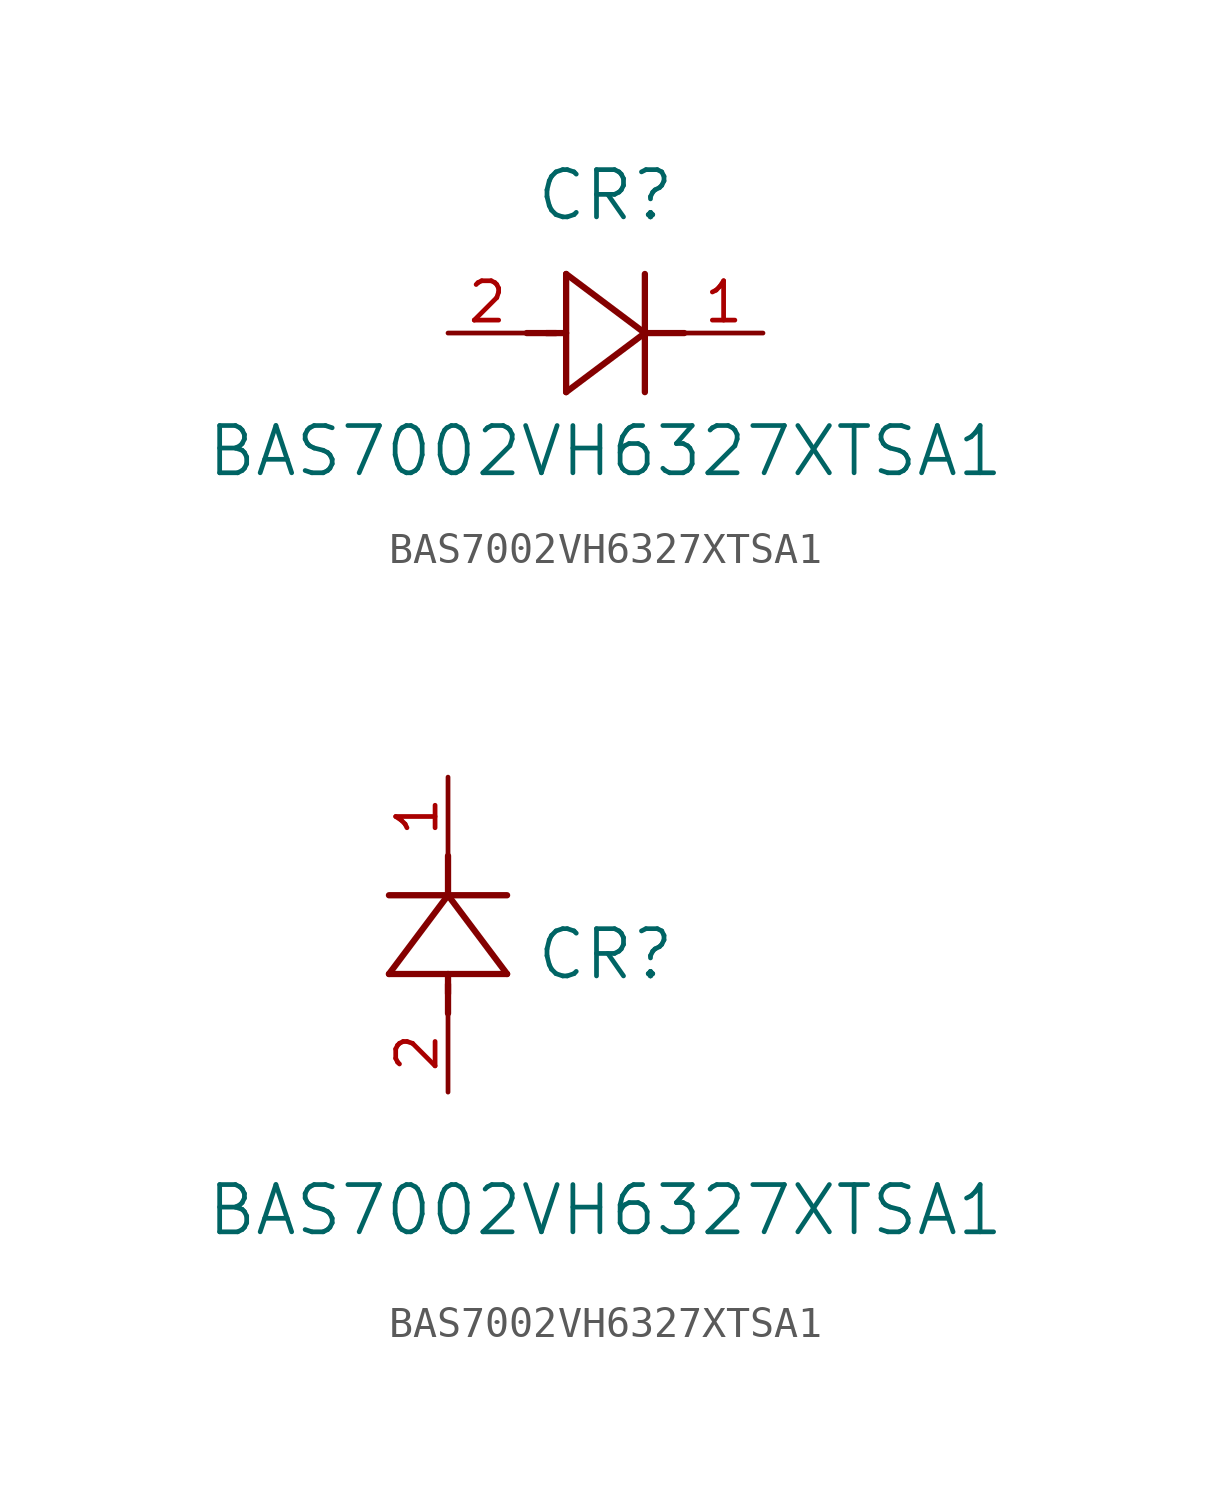
<source format=kicad_sym>
(kicad_symbol_lib
  (version 20211014)
  (generator kicad_symbol_editor)
  (symbol "BAS7002VH6327XTSA1"
    (pin_names
      (offset 0.254))
    (property "Reference" "CR"
      (at 5.08 4.445 0)
      (effects (font (size 1.524 1.524))))
    (property "Value" "BAS7002VH6327XTSA1"
      (at 5.08 -3.81 0)
      (effects (font (size 1.524 1.524))))
    (symbol "BAS7002VH6327XTSA1_1_1"
      (polyline (pts (xy 2.54 0) (xy 3.48 0)) (stroke (width 0.203) (type default) (color 0 0 0 0)) (fill (type none)))
      (polyline (pts (xy 3.81 1.905) (xy 3.81 -1.905)) (stroke (width 0.203) (type default) (color 0 0 0 0)) (fill (type none)))
      (polyline (pts (xy 3.175 0) (xy 3.81 0)) (stroke (width 0.203) (type default) (color 0 0 0 0)) (fill (type none)))
      (polyline (pts (xy 6.35 -1.905) (xy 6.35 1.905)) (stroke (width 0.203) (type default) (color 0 0 0 0)) (fill (type none)))
      (polyline (pts (xy 6.35 0) (xy 7.62 0)) (stroke (width 0.203) (type default) (color 0 0 0 0)) (fill (type none)))
      (polyline (pts (xy 6.35 0) (xy 3.81 1.905)) (stroke (width 0.203) (type default) (color 0 0 0 0)) (fill (type none)))
      (polyline (pts (xy 3.81 -1.905) (xy 6.35 0)) (stroke (width 0.203) (type default) (color 0 0 0 0)) (fill (type none)))
      (pin unspecified line (at 0 0 0) (length 2.54) (name "" (effects (font (size 1.27 1.27)))) (number "2" (effects (font (size 1.27 1.27)))))
      (pin unspecified line (at 10.16 0 180) (length 2.54) (name "" (effects (font (size 1.27 1.27)))) (number "1" (effects (font (size 1.27 1.27))))))
    (symbol "BAS7002VH6327XTSA1_1_2"
      (polyline (pts (xy 0 2.54) (xy 0 3.48)) (stroke (width 0.203) (type default) (color 0 0 0 0)) (fill (type none)))
      (polyline (pts (xy -1.905 3.81) (xy 1.905 3.81)) (stroke (width 0.203) (type default) (color 0 0 0 0)) (fill (type none)))
      (polyline (pts (xy 0 3.175) (xy 0 3.81)) (stroke (width 0.203) (type default) (color 0 0 0 0)) (fill (type none)))
      (polyline (pts (xy 1.905 6.35) (xy -1.905 6.35)) (stroke (width 0.203) (type default) (color 0 0 0 0)) (fill (type none)))
      (polyline (pts (xy 0 6.35) (xy 0 7.62)) (stroke (width 0.203) (type default) (color 0 0 0 0)) (fill (type none)))
      (polyline (pts (xy 0 6.35) (xy -1.905 3.81)) (stroke (width 0.203) (type default) (color 0 0 0 0)) (fill (type none)))
      (polyline (pts (xy 1.905 3.81) (xy 0 6.35)) (stroke (width 0.203) (type default) (color 0 0 0 0)) (fill (type none)))
      (pin unspecified line (at 0 0 90) (length 2.54) (name "" (effects (font (size 1.27 1.27)))) (number "2" (effects (font (size 1.27 1.27)))))
      (pin unspecified line (at 0 10.16 270) (length 2.54) (name "" (effects (font (size 1.27 1.27)))) (number "1" (effects (font (size 1.27 1.27))))))))
</source>
